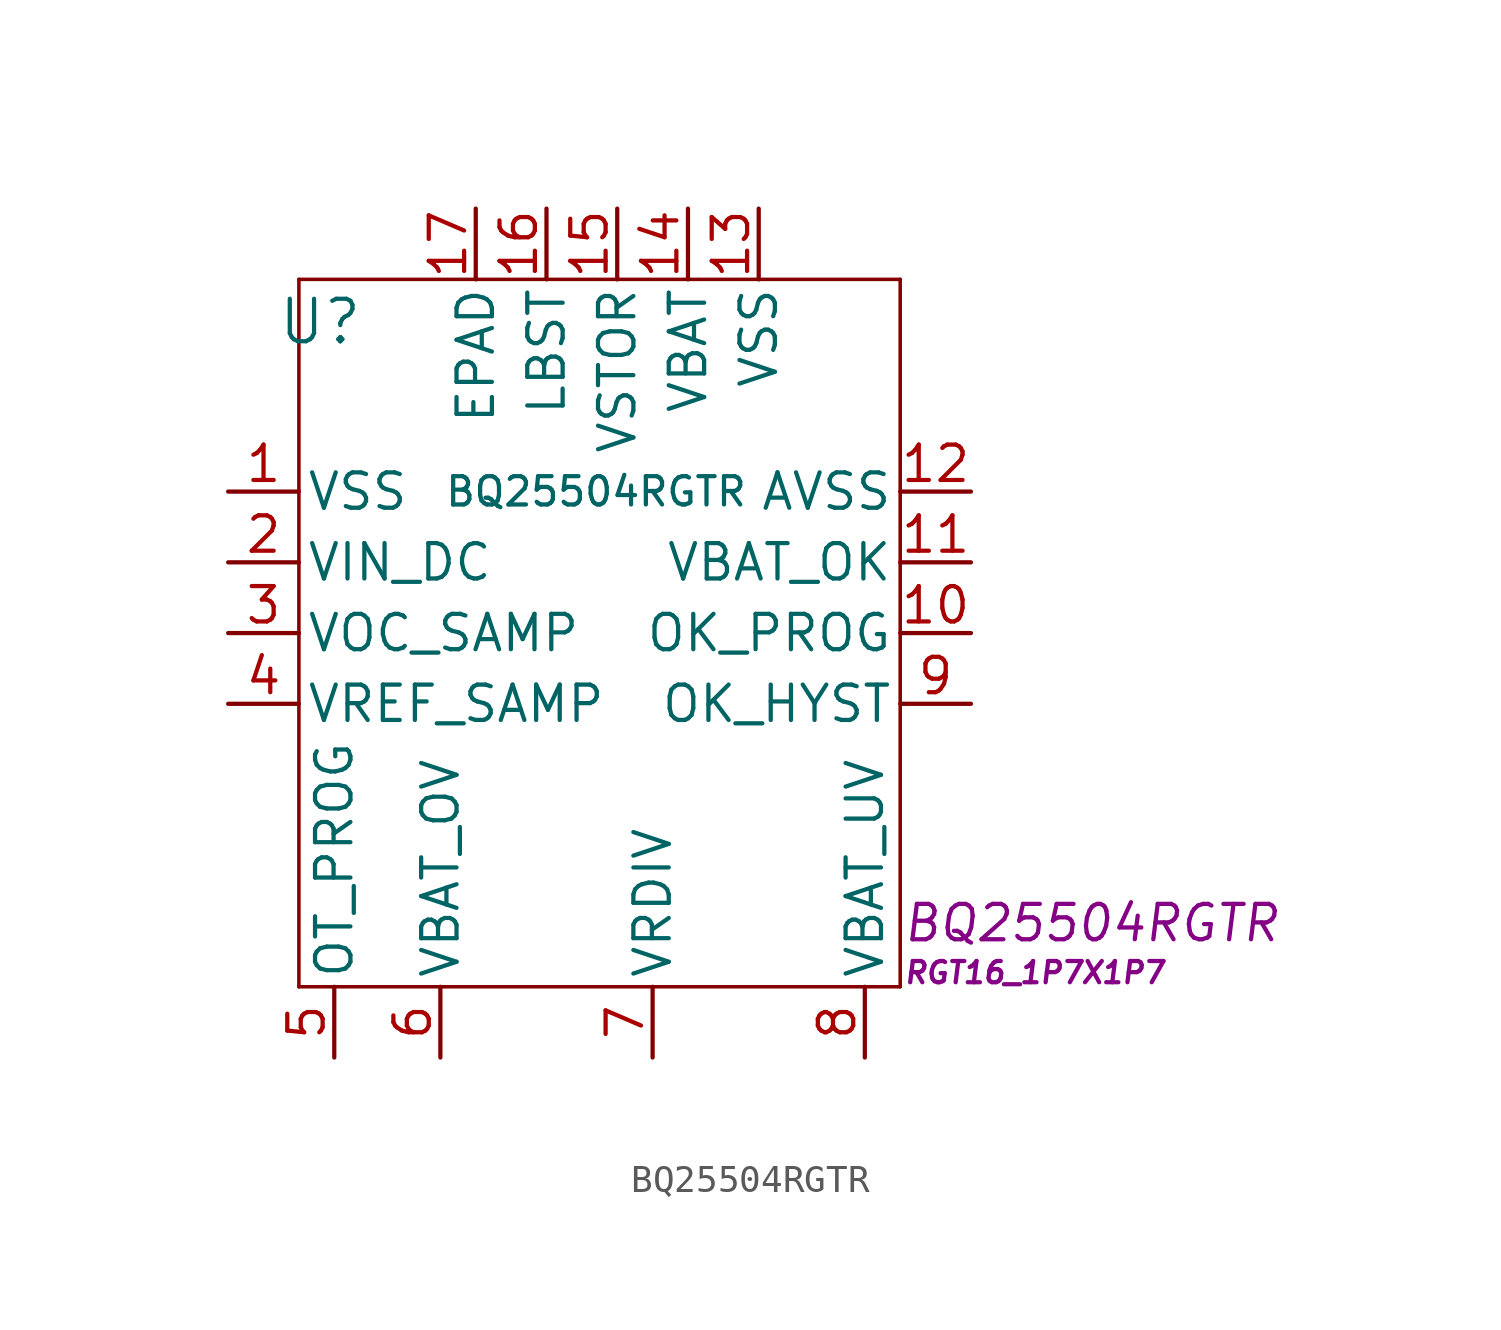
<source format=kicad_sym>
(kicad_symbol_lib
  (version 20241209)
  (generator "kicad_symbol_editor")
  (generator_version "9.0")
  (symbol "BQ25504RGTR"
    (pin_names
      (offset 0.254))
    (property "Reference" "U"
      (at 0.762 39.116 0)
      (effects (font (size 1.524 1.524))))
    (property "Value" "BQ25504RGTR"
      (at 10.668 33.02 0)
      (effects (font (size 1.016 1.016))))
    (property "Footprint" "RGT16_1P7X1P7"
      (at 26.416 15.748 0)
      (effects (font (size 0.762 0.762) (italic yes))))
    (property "Datasheet" "BQ25504RGTR"
      (at 28.448 17.526 0)
      (effects (font (size 1.27 1.27) (italic yes))))
    (symbol "BQ25504RGTR_0_1"
      (polyline (pts (xy 0 40.64) (xy 0 15.24)) (stroke (width 0.127) (type default)) (fill (type none)))
      (polyline (pts (xy 0 40.64) (xy 21.59 40.64)) (stroke (width 0.127) (type default)) (fill (type none)))
      (polyline (pts (xy 0 15.24) (xy 21.59 15.24)) (stroke (width 0.127) (type default)) (fill (type none)))
      (polyline (pts (xy 21.59 40.64) (xy 21.59 15.24)) (stroke (width 0.127) (type default)) (fill (type none)))
      (pin power_in line (at -2.54 33.02 0) (length 2.54) (name "VSS" (effects (font (size 1.27 1.27)))) (number "1" (effects (font (size 1.27 1.27)))))
      (pin input line (at -2.54 30.48 0) (length 2.54) (name "VIN_DC" (effects (font (size 1.27 1.27)))) (number "2" (effects (font (size 1.27 1.27)))))
      (pin input line (at -2.54 27.94 0) (length 2.54) (name "VOC_SAMP" (effects (font (size 1.27 1.27)))) (number "3" (effects (font (size 1.27 1.27)))))
      (pin input line (at -2.54 25.4 0) (length 2.54) (name "VREF_SAMP" (effects (font (size 1.27 1.27)))) (number "4" (effects (font (size 1.27 1.27)))))
      (pin input line (at 1.27 12.7 90) (length 2.54) (name "OT_PROG" (effects (font (size 1.27 1.27)))) (number "5" (effects (font (size 1.27 1.27)))))
      (pin input line (at 5.08 12.7 90) (length 2.54) (name "VBAT_OV" (effects (font (size 1.27 1.27)))) (number "6" (effects (font (size 1.27 1.27)))))
      (pin power_in line (at 6.35 43.18 270) (length 2.54) (name "EPAD" (effects (font (size 1.27 1.27)))) (number "17" (effects (font (size 1.27 1.27)))))
      (pin input line (at 8.89 43.18 270) (length 2.54) (name "LBST" (effects (font (size 1.27 1.27)))) (number "16" (effects (font (size 1.27 1.27)))))
      (pin output line (at 11.43 43.18 270) (length 2.54) (name "VSTOR" (effects (font (size 1.27 1.27)))) (number "15" (effects (font (size 1.27 1.27)))))
      (pin output line (at 12.7 12.7 90) (length 2.54) (name "VRDIV" (effects (font (size 1.27 1.27)))) (number "7" (effects (font (size 1.27 1.27)))))
      (pin bidirectional line (at 13.97 43.18 270) (length 2.54) (name "VBAT" (effects (font (size 1.27 1.27)))) (number "14" (effects (font (size 1.27 1.27)))))
      (pin power_in line (at 16.51 43.18 270) (length 2.54) (name "VSS" (effects (font (size 1.27 1.27)))) (number "13" (effects (font (size 1.27 1.27)))))
      (pin input line (at 20.32 12.7 90) (length 2.54) (name "VBAT_UV" (effects (font (size 1.27 1.27)))) (number "8" (effects (font (size 1.27 1.27)))))
      (pin power_in line (at 24.13 33.02 180) (length 2.54) (name "AVSS" (effects (font (size 1.27 1.27)))) (number "12" (effects (font (size 1.27 1.27)))))
      (pin output line (at 24.13 30.48 180) (length 2.54) (name "VBAT_OK" (effects (font (size 1.27 1.27)))) (number "11" (effects (font (size 1.27 1.27)))))
      (pin input line (at 24.13 27.94 180) (length 2.54) (name "OK_PROG" (effects (font (size 1.27 1.27)))) (number "10" (effects (font (size 1.27 1.27)))))
      (pin input line (at 24.13 25.4 180) (length 2.54) (name "OK_HYST" (effects (font (size 1.27 1.27)))) (number "9" (effects (font (size 1.27 1.27))))))))
</source>
